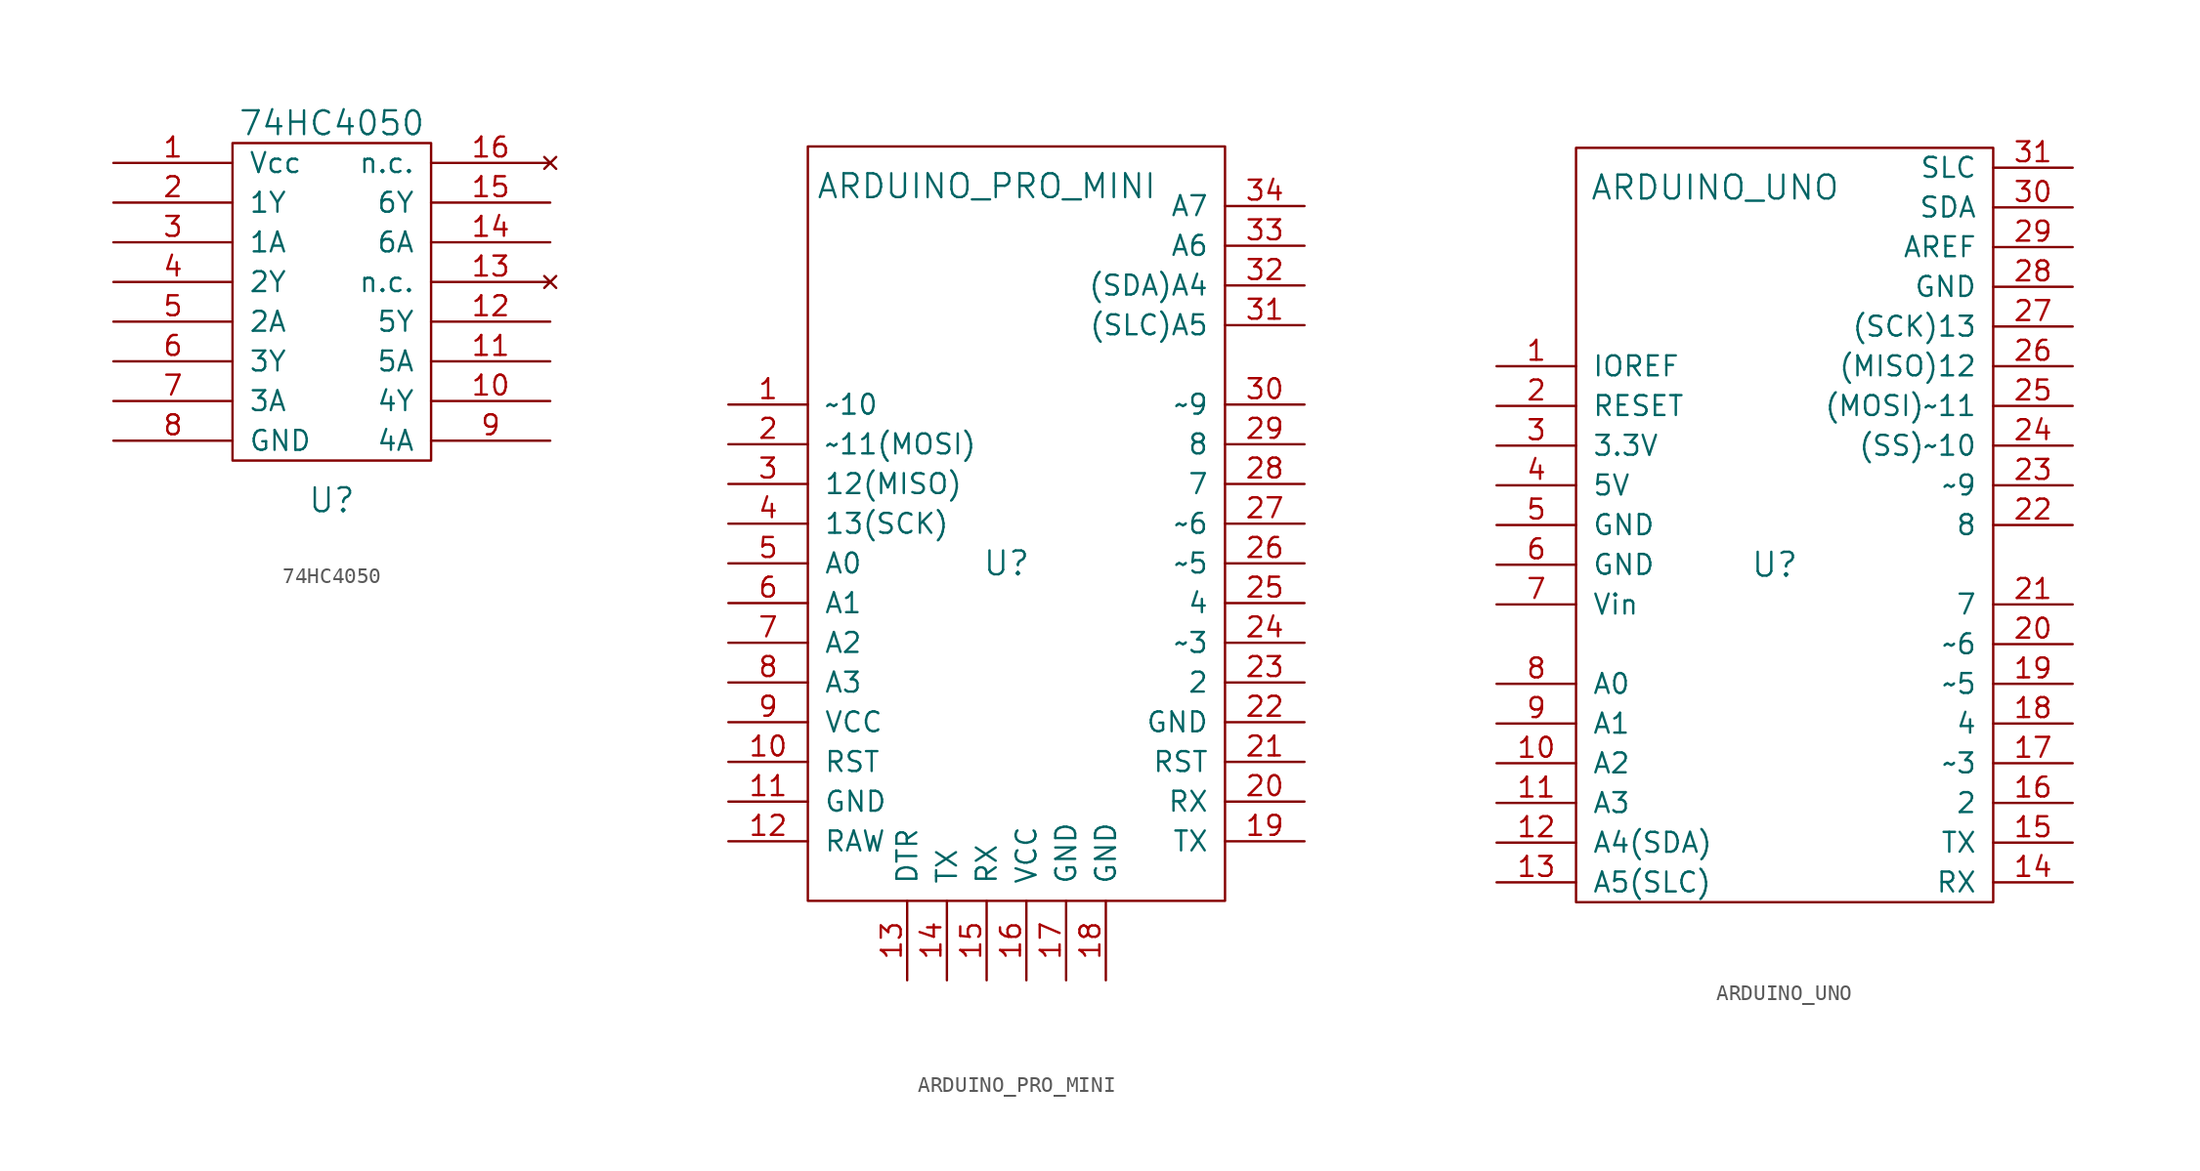
<source format=kicad_sym>
(kicad_symbol_lib
  (version 20231120)
  (generator "kicad_symbol_editor")
  (generator_version "8.0")
  (symbol "74HC4050"
    (pin_names
      (offset 1.016))
    (property "Reference" "U"
      (at 0 -12.7 0)
      (effects (font (size 1.524 1.524))))
    (property "Value" "74HC4050"
      (at 0 11.43 0)
      (effects (font (size 1.524 1.524))))
    (property "Footprint" ""
      (at 0 -7.62 0)
      (effects (font (size 1.524 1.524))))
    (property "Datasheet" ""
      (at 0 -7.62 0)
      (effects (font (size 1.524 1.524))))
    (symbol "74HC4050_0_1"
      (rectangle (start -6.35 10.16) (end 6.35 -10.16) (stroke (width 0) (type solid)) (fill (type none))))
    (symbol "74HC4050_1_1"
      (pin power_in line (at -13.97 8.89 0) (length 7.62) (name "Vcc" (effects (font (size 1.27 1.27)))) (number "1" (effects (font (size 1.27 1.27)))))
      (pin output line (at 13.97 -6.35 180) (length 7.62) (name "4Y" (effects (font (size 1.27 1.27)))) (number "10" (effects (font (size 1.27 1.27)))))
      (pin input line (at 13.97 -3.81 180) (length 7.62) (name "5A" (effects (font (size 1.27 1.27)))) (number "11" (effects (font (size 1.27 1.27)))))
      (pin output line (at 13.97 -1.27 180) (length 7.62) (name "5Y" (effects (font (size 1.27 1.27)))) (number "12" (effects (font (size 1.27 1.27)))))
      (pin no_connect line (at 13.97 1.27 180) (length 7.62) (name "n.c." (effects (font (size 1.27 1.27)))) (number "13" (effects (font (size 1.27 1.27)))))
      (pin input line (at 13.97 3.81 180) (length 7.62) (name "6A" (effects (font (size 1.27 1.27)))) (number "14" (effects (font (size 1.27 1.27)))))
      (pin output line (at 13.97 6.35 180) (length 7.62) (name "6Y" (effects (font (size 1.27 1.27)))) (number "15" (effects (font (size 1.27 1.27)))))
      (pin no_connect line (at 13.97 8.89 180) (length 7.62) (name "n.c." (effects (font (size 1.27 1.27)))) (number "16" (effects (font (size 1.27 1.27)))))
      (pin output line (at -13.97 6.35 0) (length 7.62) (name "1Y" (effects (font (size 1.27 1.27)))) (number "2" (effects (font (size 1.27 1.27)))))
      (pin input line (at -13.97 3.81 0) (length 7.62) (name "1A" (effects (font (size 1.27 1.27)))) (number "3" (effects (font (size 1.27 1.27)))))
      (pin output line (at -13.97 1.27 0) (length 7.62) (name "2Y" (effects (font (size 1.27 1.27)))) (number "4" (effects (font (size 1.27 1.27)))))
      (pin input line (at -13.97 -1.27 0) (length 7.62) (name "2A" (effects (font (size 1.27 1.27)))) (number "5" (effects (font (size 1.27 1.27)))))
      (pin output line (at -13.97 -3.81 0) (length 7.62) (name "3Y" (effects (font (size 1.27 1.27)))) (number "6" (effects (font (size 1.27 1.27)))))
      (pin input line (at -13.97 -6.35 0) (length 7.62) (name "3A" (effects (font (size 1.27 1.27)))) (number "7" (effects (font (size 1.27 1.27)))))
      (pin power_in line (at -13.97 -8.89 0) (length 7.62) (name "GND" (effects (font (size 1.27 1.27)))) (number "8" (effects (font (size 1.27 1.27)))))
      (pin input line (at 13.97 -8.89 180) (length 7.62) (name "4A" (effects (font (size 1.27 1.27)))) (number "9" (effects (font (size 1.27 1.27)))))))
  (symbol "ARDUINO_PRO_MINI"
    (pin_names
      (offset 1.016))
    (property "Reference" "U"
      (at 0 0 0)
      (effects (font (size 1.524 1.524))))
    (property "Value" "ARDUINO_PRO_MINI"
      (at -1.27 24.13 0)
      (effects (font (size 1.524 1.524))))
    (property "Footprint" ""
      (at 0 0 0)
      (effects (font (size 1.524 1.524))))
    (property "Datasheet" ""
      (at 0 0 0)
      (effects (font (size 1.524 1.524))))
    (symbol "ARDUINO_PRO_MINI_0_1"
      (rectangle (start -12.7 -21.59) (end 13.97 26.67) (stroke (width 0) (type solid)) (fill (type none))))
    (symbol "ARDUINO_PRO_MINI_1_1"
      (pin input line (at -17.78 10.16 0) (length 5.08) (name "~10" (effects (font (size 1.27 1.27)))) (number "1" (effects (font (size 1.27 1.27)))))
      (pin input line (at -17.78 -12.7 0) (length 5.08) (name "RST" (effects (font (size 1.27 1.27)))) (number "10" (effects (font (size 1.27 1.27)))))
      (pin input line (at -17.78 -15.24 0) (length 5.08) (name "GND" (effects (font (size 1.27 1.27)))) (number "11" (effects (font (size 1.27 1.27)))))
      (pin input line (at -17.78 -17.78 0) (length 5.08) (name "RAW" (effects (font (size 1.27 1.27)))) (number "12" (effects (font (size 1.27 1.27)))))
      (pin input line (at -6.35 -26.67 90) (length 5.08) (name "DTR" (effects (font (size 1.27 1.27)))) (number "13" (effects (font (size 1.27 1.27)))))
      (pin input line (at -3.81 -26.67 90) (length 5.08) (name "TX" (effects (font (size 1.27 1.27)))) (number "14" (effects (font (size 1.27 1.27)))))
      (pin input line (at -1.27 -26.67 90) (length 5.08) (name "RX" (effects (font (size 1.27 1.27)))) (number "15" (effects (font (size 1.27 1.27)))))
      (pin input line (at 1.27 -26.67 90) (length 5.08) (name "VCC" (effects (font (size 1.27 1.27)))) (number "16" (effects (font (size 1.27 1.27)))))
      (pin input line (at 3.81 -26.67 90) (length 5.08) (name "GND" (effects (font (size 1.27 1.27)))) (number "17" (effects (font (size 1.27 1.27)))))
      (pin input line (at 6.35 -26.67 90) (length 5.08) (name "GND" (effects (font (size 1.27 1.27)))) (number "18" (effects (font (size 1.27 1.27)))))
      (pin input line (at 19.05 -17.78 180) (length 5.08) (name "TX" (effects (font (size 1.27 1.27)))) (number "19" (effects (font (size 1.27 1.27)))))
      (pin input line (at -17.78 7.62 0) (length 5.08) (name "~11(MOSI)" (effects (font (size 1.27 1.27)))) (number "2" (effects (font (size 1.27 1.27)))))
      (pin input line (at 19.05 -15.24 180) (length 5.08) (name "RX" (effects (font (size 1.27 1.27)))) (number "20" (effects (font (size 1.27 1.27)))))
      (pin input line (at 19.05 -12.7 180) (length 5.08) (name "RST" (effects (font (size 1.27 1.27)))) (number "21" (effects (font (size 1.27 1.27)))))
      (pin input line (at 19.05 -10.16 180) (length 5.08) (name "GND" (effects (font (size 1.27 1.27)))) (number "22" (effects (font (size 1.27 1.27)))))
      (pin input line (at 19.05 -7.62 180) (length 5.08) (name "2" (effects (font (size 1.27 1.27)))) (number "23" (effects (font (size 1.27 1.27)))))
      (pin input line (at 19.05 -5.08 180) (length 5.08) (name "~3" (effects (font (size 1.27 1.27)))) (number "24" (effects (font (size 1.27 1.27)))))
      (pin input line (at 19.05 -2.54 180) (length 5.08) (name "4" (effects (font (size 1.27 1.27)))) (number "25" (effects (font (size 1.27 1.27)))))
      (pin input line (at 19.05 0 180) (length 5.08) (name "~5" (effects (font (size 1.27 1.27)))) (number "26" (effects (font (size 1.27 1.27)))))
      (pin input line (at 19.05 2.54 180) (length 5.08) (name "~6" (effects (font (size 1.27 1.27)))) (number "27" (effects (font (size 1.27 1.27)))))
      (pin input line (at 19.05 5.08 180) (length 5.08) (name "7" (effects (font (size 1.27 1.27)))) (number "28" (effects (font (size 1.27 1.27)))))
      (pin input line (at 19.05 7.62 180) (length 5.08) (name "8" (effects (font (size 1.27 1.27)))) (number "29" (effects (font (size 1.27 1.27)))))
      (pin input line (at -17.78 5.08 0) (length 5.08) (name "12(MISO)" (effects (font (size 1.27 1.27)))) (number "3" (effects (font (size 1.27 1.27)))))
      (pin input line (at 19.05 10.16 180) (length 5.08) (name "~9" (effects (font (size 1.27 1.27)))) (number "30" (effects (font (size 1.27 1.27)))))
      (pin input line (at 19.05 15.24 180) (length 5.08) (name "(SLC)A5" (effects (font (size 1.27 1.27)))) (number "31" (effects (font (size 1.27 1.27)))))
      (pin input line (at 19.05 17.78 180) (length 5.08) (name "(SDA)A4" (effects (font (size 1.27 1.27)))) (number "32" (effects (font (size 1.27 1.27)))))
      (pin input line (at 19.05 20.32 180) (length 5.08) (name "A6" (effects (font (size 1.27 1.27)))) (number "33" (effects (font (size 1.27 1.27)))))
      (pin input line (at 19.05 22.86 180) (length 5.08) (name "A7" (effects (font (size 1.27 1.27)))) (number "34" (effects (font (size 1.27 1.27)))))
      (pin input line (at -17.78 2.54 0) (length 5.08) (name "13(SCK)" (effects (font (size 1.27 1.27)))) (number "4" (effects (font (size 1.27 1.27)))))
      (pin input line (at -17.78 0 0) (length 5.08) (name "A0" (effects (font (size 1.27 1.27)))) (number "5" (effects (font (size 1.27 1.27)))))
      (pin input line (at -17.78 -2.54 0) (length 5.08) (name "A1" (effects (font (size 1.27 1.27)))) (number "6" (effects (font (size 1.27 1.27)))))
      (pin input line (at -17.78 -5.08 0) (length 5.08) (name "A2" (effects (font (size 1.27 1.27)))) (number "7" (effects (font (size 1.27 1.27)))))
      (pin input line (at -17.78 -7.62 0) (length 5.08) (name "A3" (effects (font (size 1.27 1.27)))) (number "8" (effects (font (size 1.27 1.27)))))
      (pin input line (at -17.78 -10.16 0) (length 5.08) (name "VCC" (effects (font (size 1.27 1.27)))) (number "9" (effects (font (size 1.27 1.27)))))))
  (symbol "ARDUINO_UNO"
    (pin_names
      (offset 1.016))
    (property "Reference" "U"
      (at 0 0 0)
      (effects (font (size 1.524 1.524))))
    (property "Value" "ARDUINO_UNO"
      (at -3.81 24.13 0)
      (effects (font (size 1.524 1.524))))
    (property "Footprint" ""
      (at 0 0 0)
      (effects (font (size 1.524 1.524))))
    (property "Datasheet" ""
      (at 0 0 0)
      (effects (font (size 1.524 1.524))))
    (symbol "ARDUINO_UNO_0_1"
      (rectangle (start -12.7 -21.59) (end 13.97 26.67) (stroke (width 0) (type solid)) (fill (type none))))
    (symbol "ARDUINO_UNO_1_1"
      (pin input line (at -17.78 12.7 0) (length 5.08) (name "IOREF" (effects (font (size 1.27 1.27)))) (number "1" (effects (font (size 1.27 1.27)))))
      (pin input line (at -17.78 -12.7 0) (length 5.08) (name "A2" (effects (font (size 1.27 1.27)))) (number "10" (effects (font (size 1.27 1.27)))))
      (pin input line (at -17.78 -15.24 0) (length 5.08) (name "A3" (effects (font (size 1.27 1.27)))) (number "11" (effects (font (size 1.27 1.27)))))
      (pin input line (at -17.78 -17.78 0) (length 5.08) (name "A4(SDA)" (effects (font (size 1.27 1.27)))) (number "12" (effects (font (size 1.27 1.27)))))
      (pin input line (at -17.78 -20.32 0) (length 5.08) (name "A5(SLC)" (effects (font (size 1.27 1.27)))) (number "13" (effects (font (size 1.27 1.27)))))
      (pin input line (at 19.05 -20.32 180) (length 5.08) (name "RX" (effects (font (size 1.27 1.27)))) (number "14" (effects (font (size 1.27 1.27)))))
      (pin input line (at 19.05 -17.78 180) (length 5.08) (name "TX" (effects (font (size 1.27 1.27)))) (number "15" (effects (font (size 1.27 1.27)))))
      (pin input line (at 19.05 -15.24 180) (length 5.08) (name "2" (effects (font (size 1.27 1.27)))) (number "16" (effects (font (size 1.27 1.27)))))
      (pin input line (at 19.05 -12.7 180) (length 5.08) (name "~3" (effects (font (size 1.27 1.27)))) (number "17" (effects (font (size 1.27 1.27)))))
      (pin input line (at 19.05 -10.16 180) (length 5.08) (name "4" (effects (font (size 1.27 1.27)))) (number "18" (effects (font (size 1.27 1.27)))))
      (pin input line (at 19.05 -7.62 180) (length 5.08) (name "~5" (effects (font (size 1.27 1.27)))) (number "19" (effects (font (size 1.27 1.27)))))
      (pin input line (at -17.78 10.16 0) (length 5.08) (name "RESET" (effects (font (size 1.27 1.27)))) (number "2" (effects (font (size 1.27 1.27)))))
      (pin input line (at 19.05 -5.08 180) (length 5.08) (name "~6" (effects (font (size 1.27 1.27)))) (number "20" (effects (font (size 1.27 1.27)))))
      (pin input line (at 19.05 -2.54 180) (length 5.08) (name "7" (effects (font (size 1.27 1.27)))) (number "21" (effects (font (size 1.27 1.27)))))
      (pin input line (at 19.05 2.54 180) (length 5.08) (name "8" (effects (font (size 1.27 1.27)))) (number "22" (effects (font (size 1.27 1.27)))))
      (pin input line (at 19.05 5.08 180) (length 5.08) (name "~9" (effects (font (size 1.27 1.27)))) (number "23" (effects (font (size 1.27 1.27)))))
      (pin input line (at 19.05 7.62 180) (length 5.08) (name "(SS)~10" (effects (font (size 1.27 1.27)))) (number "24" (effects (font (size 1.27 1.27)))))
      (pin input line (at 19.05 10.16 180) (length 5.08) (name "(MOSI)~11" (effects (font (size 1.27 1.27)))) (number "25" (effects (font (size 1.27 1.27)))))
      (pin input line (at 19.05 12.7 180) (length 5.08) (name "(MISO)12" (effects (font (size 1.27 1.27)))) (number "26" (effects (font (size 1.27 1.27)))))
      (pin input line (at 19.05 15.24 180) (length 5.08) (name "(SCK)13" (effects (font (size 1.27 1.27)))) (number "27" (effects (font (size 1.27 1.27)))))
      (pin input line (at 19.05 17.78 180) (length 5.08) (name "GND" (effects (font (size 1.27 1.27)))) (number "28" (effects (font (size 1.27 1.27)))))
      (pin input line (at 19.05 20.32 180) (length 5.08) (name "AREF" (effects (font (size 1.27 1.27)))) (number "29" (effects (font (size 1.27 1.27)))))
      (pin input line (at -17.78 7.62 0) (length 5.08) (name "3.3V" (effects (font (size 1.27 1.27)))) (number "3" (effects (font (size 1.27 1.27)))))
      (pin input line (at 19.05 22.86 180) (length 5.08) (name "SDA" (effects (font (size 1.27 1.27)))) (number "30" (effects (font (size 1.27 1.27)))))
      (pin input line (at 19.05 25.4 180) (length 5.08) (name "SLC" (effects (font (size 1.27 1.27)))) (number "31" (effects (font (size 1.27 1.27)))))
      (pin input line (at -17.78 5.08 0) (length 5.08) (name "5V" (effects (font (size 1.27 1.27)))) (number "4" (effects (font (size 1.27 1.27)))))
      (pin input line (at -17.78 2.54 0) (length 5.08) (name "GND" (effects (font (size 1.27 1.27)))) (number "5" (effects (font (size 1.27 1.27)))))
      (pin input line (at -17.78 0 0) (length 5.08) (name "GND" (effects (font (size 1.27 1.27)))) (number "6" (effects (font (size 1.27 1.27)))))
      (pin input line (at -17.78 -2.54 0) (length 5.08) (name "Vin" (effects (font (size 1.27 1.27)))) (number "7" (effects (font (size 1.27 1.27)))))
      (pin input line (at -17.78 -7.62 0) (length 5.08) (name "A0" (effects (font (size 1.27 1.27)))) (number "8" (effects (font (size 1.27 1.27)))))
      (pin input line (at -17.78 -10.16 0) (length 5.08) (name "A1" (effects (font (size 1.27 1.27)))) (number "9" (effects (font (size 1.27 1.27))))))))
</source>
